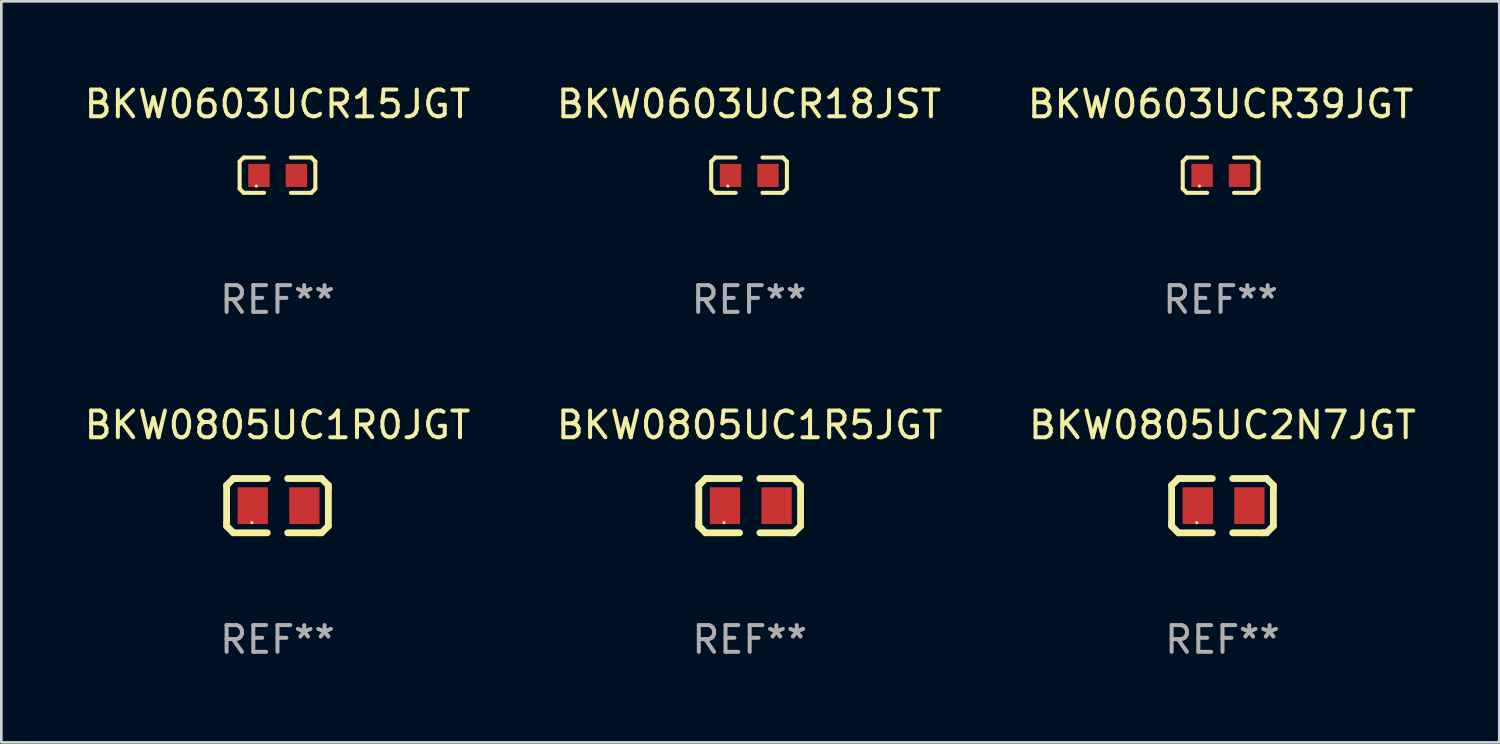
<source format=kicad_pcb>
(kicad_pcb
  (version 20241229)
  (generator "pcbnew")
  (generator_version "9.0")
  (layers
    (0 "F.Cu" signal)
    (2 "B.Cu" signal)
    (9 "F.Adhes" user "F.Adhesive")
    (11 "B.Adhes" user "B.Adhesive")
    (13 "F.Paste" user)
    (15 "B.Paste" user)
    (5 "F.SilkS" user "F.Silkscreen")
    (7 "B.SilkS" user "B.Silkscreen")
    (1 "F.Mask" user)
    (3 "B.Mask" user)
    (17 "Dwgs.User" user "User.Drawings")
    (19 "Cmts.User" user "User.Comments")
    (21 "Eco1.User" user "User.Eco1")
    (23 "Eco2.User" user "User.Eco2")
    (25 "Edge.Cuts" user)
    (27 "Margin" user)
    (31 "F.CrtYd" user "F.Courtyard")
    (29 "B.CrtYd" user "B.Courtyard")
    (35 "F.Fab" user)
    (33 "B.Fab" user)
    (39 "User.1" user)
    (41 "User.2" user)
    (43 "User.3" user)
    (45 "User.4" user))
  (footprint "BKW0603UCR39JGT"
    (layer "F.Cu")
    (at 42.649 3.509)
    (property "Reference" "BKW0603UCR39JGT" (at 0 -2.661 0) (layer "F.SilkS") (effects (font (size 1 1) (thickness 0.15))))
    (attr through_hole)
    (fp_line (start -1.417 -0.508) (end -1.265 -0.661) (stroke (width 0.152) (type solid)) (layer "F.SilkS"))
    (fp_line (start -1.417 0.508) (end -1.417 -0.508) (stroke (width 0.152) (type solid)) (layer "F.SilkS"))
    (fp_line (start -1.265 -0.661) (end -0.503 -0.661) (stroke (width 0.152) (type solid)) (layer "F.SilkS"))
    (fp_line (start -1.265 0.661) (end -1.417 0.508) (stroke (width 0.152) (type solid)) (layer "F.SilkS"))
    (fp_line (start -1.265 0.661) (end -0.503 0.661) (stroke (width 0.152) (type solid)) (layer "F.SilkS"))
    (fp_line (start 1.265 -0.661) (end 0.503 -0.661) (stroke (width 0.152) (type solid)) (layer "F.SilkS"))
    (fp_line (start 1.265 -0.661) (end 1.417 -0.508) (stroke (width 0.152) (type solid)) (layer "F.SilkS"))
    (fp_line (start 1.265 0.661) (end 0.503 0.661) (stroke (width 0.152) (type solid)) (layer "F.SilkS"))
    (fp_line (start 1.417 -0.508) (end 1.417 0.508) (stroke (width 0.152) (type solid)) (layer "F.SilkS"))
    (fp_line (start 1.417 0.508) (end 1.265 0.661) (stroke (width 0.152) (type solid)) (layer "F.SilkS"))
    (fp_circle (center -0.793 0.409) (end -0.763 0.409) (stroke (width 0.06) (type solid)) (fill no) (layer "F.SilkS"))
    (fp_text user "REF**" (at 0 4.661 0) (layer "F.Fab") (effects (font (size 1 1) (thickness 0.15))))
    (pad "1" smd rect (at -0.693 0.009 180) (size 0.8 0.864) (layers "F.Cu" "F.Mask" "F.Paste"))
    (pad "2" smd rect (at 0.707 0.009 180) (size 0.8 0.864) (layers "F.Cu" "F.Mask" "F.Paste")))
  (footprint "BKW0805UC2N7JGT"
    (layer "F.Cu")
    (at 42.72 15.882)
    (property "Reference" "BKW0805UC2N7JGT" (at 0 -3.016 0) (layer "F.SilkS") (effects (font (size 1 1) (thickness 0.15))))
    (attr through_hole)
    (fp_line (start -1.905 -0.762) (end -1.905 0.635) (stroke (width 0.254) (type solid)) (layer "F.SilkS"))
    (fp_line (start -1.905 0.635) (end -1.905 0.762) (stroke (width 0.254) (type solid)) (layer "F.SilkS"))
    (fp_line (start -1.905 0.762) (end -1.651 1.016) (stroke (width 0.254) (type solid)) (layer "F.SilkS"))
    (fp_line (start -1.651 -1.016) (end -1.905 -0.762) (stroke (width 0.254) (type solid)) (layer "F.SilkS"))
    (fp_line (start -1.651 1.016) (end -0.381 1.016) (stroke (width 0.254) (type solid)) (layer "F.SilkS"))
    (fp_line (start -1.524 -1.016) (end -1.651 -1.016) (stroke (width 0.254) (type solid)) (layer "F.SilkS"))
    (fp_line (start -0.381 -1.016) (end -1.524 -1.016) (stroke (width 0.254) (type solid)) (layer "F.SilkS"))
    (fp_line (start 0.381 1.016) (end 1.524 1.016) (stroke (width 0.254) (type solid)) (layer "F.SilkS"))
    (fp_line (start 1.524 1.016) (end 1.651 1.016) (stroke (width 0.254) (type solid)) (layer "F.SilkS"))
    (fp_line (start 1.651 -1.016) (end 0.381 -1.016) (stroke (width 0.254) (type solid)) (layer "F.SilkS"))
    (fp_line (start 1.651 1.016) (end 1.905 0.762) (stroke (width 0.254) (type solid)) (layer "F.SilkS"))
    (fp_line (start 1.905 -0.762) (end 1.651 -1.016) (stroke (width 0.254) (type solid)) (layer "F.SilkS"))
    (fp_line (start 1.905 -0.635) (end 1.905 -0.762) (stroke (width 0.254) (type solid)) (layer "F.SilkS"))
    (fp_line (start 1.905 0.762) (end 1.905 -0.635) (stroke (width 0.254) (type solid)) (layer "F.SilkS"))
    (fp_circle (center -0.96 0.637) (end -0.93 0.637) (stroke (width 0.06) (type solid)) (fill no) (layer "F.SilkS"))
    (fp_text user "REF**" (at 0 5.016 0) (layer "F.Fab") (effects (font (size 1 1) (thickness 0.15))))
    (pad "1" smd rect (at -0.926 -0.000051) (size 1.133 1.377) (layers "F.Cu" "F.Mask" "F.Paste"))
    (pad "2" smd rect (at 1.006 -0.000051) (size 1.133 1.377) (layers "F.Cu" "F.Mask" "F.Paste")))
  (footprint "BKW0805UC1R5JGT"
    (layer "F.Cu")
    (at 25.018 15.882)
    (property "Reference" "BKW0805UC1R5JGT" (at 0 -3.016 0) (layer "F.SilkS") (effects (font (size 1 1) (thickness 0.15))))
    (attr through_hole)
    (fp_line (start -1.905 -0.762) (end -1.905 0.635) (stroke (width 0.254) (type solid)) (layer "F.SilkS"))
    (fp_line (start -1.905 0.635) (end -1.905 0.762) (stroke (width 0.254) (type solid)) (layer "F.SilkS"))
    (fp_line (start -1.905 0.762) (end -1.651 1.016) (stroke (width 0.254) (type solid)) (layer "F.SilkS"))
    (fp_line (start -1.651 -1.016) (end -1.905 -0.762) (stroke (width 0.254) (type solid)) (layer "F.SilkS"))
    (fp_line (start -1.651 1.016) (end -0.381 1.016) (stroke (width 0.254) (type solid)) (layer "F.SilkS"))
    (fp_line (start -1.524 -1.016) (end -1.651 -1.016) (stroke (width 0.254) (type solid)) (layer "F.SilkS"))
    (fp_line (start -0.381 -1.016) (end -1.524 -1.016) (stroke (width 0.254) (type solid)) (layer "F.SilkS"))
    (fp_line (start 0.381 1.016) (end 1.524 1.016) (stroke (width 0.254) (type solid)) (layer "F.SilkS"))
    (fp_line (start 1.524 1.016) (end 1.651 1.016) (stroke (width 0.254) (type solid)) (layer "F.SilkS"))
    (fp_line (start 1.651 -1.016) (end 0.381 -1.016) (stroke (width 0.254) (type solid)) (layer "F.SilkS"))
    (fp_line (start 1.651 1.016) (end 1.905 0.762) (stroke (width 0.254) (type solid)) (layer "F.SilkS"))
    (fp_line (start 1.905 -0.762) (end 1.651 -1.016) (stroke (width 0.254) (type solid)) (layer "F.SilkS"))
    (fp_line (start 1.905 -0.635) (end 1.905 -0.762) (stroke (width 0.254) (type solid)) (layer "F.SilkS"))
    (fp_line (start 1.905 0.762) (end 1.905 -0.635) (stroke (width 0.254) (type solid)) (layer "F.SilkS"))
    (fp_circle (center -0.96 0.637) (end -0.93 0.637) (stroke (width 0.06) (type solid)) (fill no) (layer "F.SilkS"))
    (fp_text user "REF**" (at 0 5.016 0) (layer "F.Fab") (effects (font (size 1 1) (thickness 0.15))))
    (pad "1" smd rect (at -0.926 -0.000051) (size 1.133 1.377) (layers "F.Cu" "F.Mask" "F.Paste"))
    (pad "2" smd rect (at 1.006 -0.000051) (size 1.133 1.377) (layers "F.Cu" "F.Mask" "F.Paste")))
  (footprint "BKW0603UCR15JGT"
    (layer "F.Cu")
    (at 7.339 3.509)
    (property "Reference" "BKW0603UCR15JGT" (at 0 -2.661 0) (layer "F.SilkS") (effects (font (size 1 1) (thickness 0.15))))
    (attr through_hole)
    (fp_line (start -1.417 -0.508) (end -1.265 -0.661) (stroke (width 0.152) (type solid)) (layer "F.SilkS"))
    (fp_line (start -1.417 0.508) (end -1.417 -0.508) (stroke (width 0.152) (type solid)) (layer "F.SilkS"))
    (fp_line (start -1.265 -0.661) (end -0.503 -0.661) (stroke (width 0.152) (type solid)) (layer "F.SilkS"))
    (fp_line (start -1.265 0.661) (end -1.417 0.508) (stroke (width 0.152) (type solid)) (layer "F.SilkS"))
    (fp_line (start -1.265 0.661) (end -0.503 0.661) (stroke (width 0.152) (type solid)) (layer "F.SilkS"))
    (fp_line (start 1.265 -0.661) (end 0.503 -0.661) (stroke (width 0.152) (type solid)) (layer "F.SilkS"))
    (fp_line (start 1.265 -0.661) (end 1.417 -0.508) (stroke (width 0.152) (type solid)) (layer "F.SilkS"))
    (fp_line (start 1.265 0.661) (end 0.503 0.661) (stroke (width 0.152) (type solid)) (layer "F.SilkS"))
    (fp_line (start 1.417 -0.508) (end 1.417 0.508) (stroke (width 0.152) (type solid)) (layer "F.SilkS"))
    (fp_line (start 1.417 0.508) (end 1.265 0.661) (stroke (width 0.152) (type solid)) (layer "F.SilkS"))
    (fp_circle (center -0.793 0.409) (end -0.763 0.409) (stroke (width 0.06) (type solid)) (fill no) (layer "F.SilkS"))
    (fp_text user "REF**" (at 0 4.661 0) (layer "F.Fab") (effects (font (size 1 1) (thickness 0.15))))
    (pad "1" smd rect (at -0.693 0.009 180) (size 0.8 0.864) (layers "F.Cu" "F.Mask" "F.Paste"))
    (pad "2" smd rect (at 0.707 0.009 180) (size 0.8 0.864) (layers "F.Cu" "F.Mask" "F.Paste")))
  (footprint "BKW0603UCR18JST"
    (layer "F.Cu")
    (at 24.994 3.509)
    (property "Reference" "BKW0603UCR18JST" (at 0 -2.661 0) (layer "F.SilkS") (effects (font (size 1 1) (thickness 0.15))))
    (attr through_hole)
    (fp_line (start -1.417 -0.508) (end -1.265 -0.661) (stroke (width 0.152) (type solid)) (layer "F.SilkS"))
    (fp_line (start -1.417 0.508) (end -1.417 -0.508) (stroke (width 0.152) (type solid)) (layer "F.SilkS"))
    (fp_line (start -1.265 -0.661) (end -0.503 -0.661) (stroke (width 0.152) (type solid)) (layer "F.SilkS"))
    (fp_line (start -1.265 0.661) (end -1.417 0.508) (stroke (width 0.152) (type solid)) (layer "F.SilkS"))
    (fp_line (start -1.265 0.661) (end -0.503 0.661) (stroke (width 0.152) (type solid)) (layer "F.SilkS"))
    (fp_line (start 1.265 -0.661) (end 0.503 -0.661) (stroke (width 0.152) (type solid)) (layer "F.SilkS"))
    (fp_line (start 1.265 -0.661) (end 1.417 -0.508) (stroke (width 0.152) (type solid)) (layer "F.SilkS"))
    (fp_line (start 1.265 0.661) (end 0.503 0.661) (stroke (width 0.152) (type solid)) (layer "F.SilkS"))
    (fp_line (start 1.417 -0.508) (end 1.417 0.508) (stroke (width 0.152) (type solid)) (layer "F.SilkS"))
    (fp_line (start 1.417 0.508) (end 1.265 0.661) (stroke (width 0.152) (type solid)) (layer "F.SilkS"))
    (fp_circle (center -0.793 0.409) (end -0.763 0.409) (stroke (width 0.06) (type solid)) (fill no) (layer "F.SilkS"))
    (fp_text user "REF**" (at 0 4.661 0) (layer "F.Fab") (effects (font (size 1 1) (thickness 0.15))))
    (pad "1" smd rect (at -0.693 0.009 180) (size 0.8 0.864) (layers "F.Cu" "F.Mask" "F.Paste"))
    (pad "2" smd rect (at 0.707 0.009 180) (size 0.8 0.864) (layers "F.Cu" "F.Mask" "F.Paste")))
  (footprint "BKW0805UC1R0JGT"
    (layer "F.Cu")
    (at 7.339 15.882)
    (property "Reference" "BKW0805UC1R0JGT" (at 0 -3.016 0) (layer "F.SilkS") (effects (font (size 1 1) (thickness 0.15))))
    (attr through_hole)
    (fp_line (start -1.905 -0.762) (end -1.905 0.635) (stroke (width 0.254) (type solid)) (layer "F.SilkS"))
    (fp_line (start -1.905 0.635) (end -1.905 0.762) (stroke (width 0.254) (type solid)) (layer "F.SilkS"))
    (fp_line (start -1.905 0.762) (end -1.651 1.016) (stroke (width 0.254) (type solid)) (layer "F.SilkS"))
    (fp_line (start -1.651 -1.016) (end -1.905 -0.762) (stroke (width 0.254) (type solid)) (layer "F.SilkS"))
    (fp_line (start -1.651 1.016) (end -0.381 1.016) (stroke (width 0.254) (type solid)) (layer "F.SilkS"))
    (fp_line (start -1.524 -1.016) (end -1.651 -1.016) (stroke (width 0.254) (type solid)) (layer "F.SilkS"))
    (fp_line (start -0.381 -1.016) (end -1.524 -1.016) (stroke (width 0.254) (type solid)) (layer "F.SilkS"))
    (fp_line (start 0.381 1.016) (end 1.524 1.016) (stroke (width 0.254) (type solid)) (layer "F.SilkS"))
    (fp_line (start 1.524 1.016) (end 1.651 1.016) (stroke (width 0.254) (type solid)) (layer "F.SilkS"))
    (fp_line (start 1.651 -1.016) (end 0.381 -1.016) (stroke (width 0.254) (type solid)) (layer "F.SilkS"))
    (fp_line (start 1.651 1.016) (end 1.905 0.762) (stroke (width 0.254) (type solid)) (layer "F.SilkS"))
    (fp_line (start 1.905 -0.762) (end 1.651 -1.016) (stroke (width 0.254) (type solid)) (layer "F.SilkS"))
    (fp_line (start 1.905 -0.635) (end 1.905 -0.762) (stroke (width 0.254) (type solid)) (layer "F.SilkS"))
    (fp_line (start 1.905 0.762) (end 1.905 -0.635) (stroke (width 0.254) (type solid)) (layer "F.SilkS"))
    (fp_circle (center -0.96 0.637) (end -0.93 0.637) (stroke (width 0.06) (type solid)) (fill no) (layer "F.SilkS"))
    (fp_text user "REF**" (at 0 5.016 0) (layer "F.Fab") (effects (font (size 1 1) (thickness 0.15))))
    (pad "1" smd rect (at -0.926 -0.000051) (size 1.133 1.377) (layers "F.Cu" "F.Mask" "F.Paste"))
    (pad "2" smd rect (at 1.006 -0.000051) (size 1.133 1.377) (layers "F.Cu" "F.Mask" "F.Paste")))
  (gr_rect
    (start -3 -3)
    (end 53.083 24.746)
    (stroke (width 0.1) (type default))
    (fill no)
    (layer "Edge.Cuts")))
</source>
